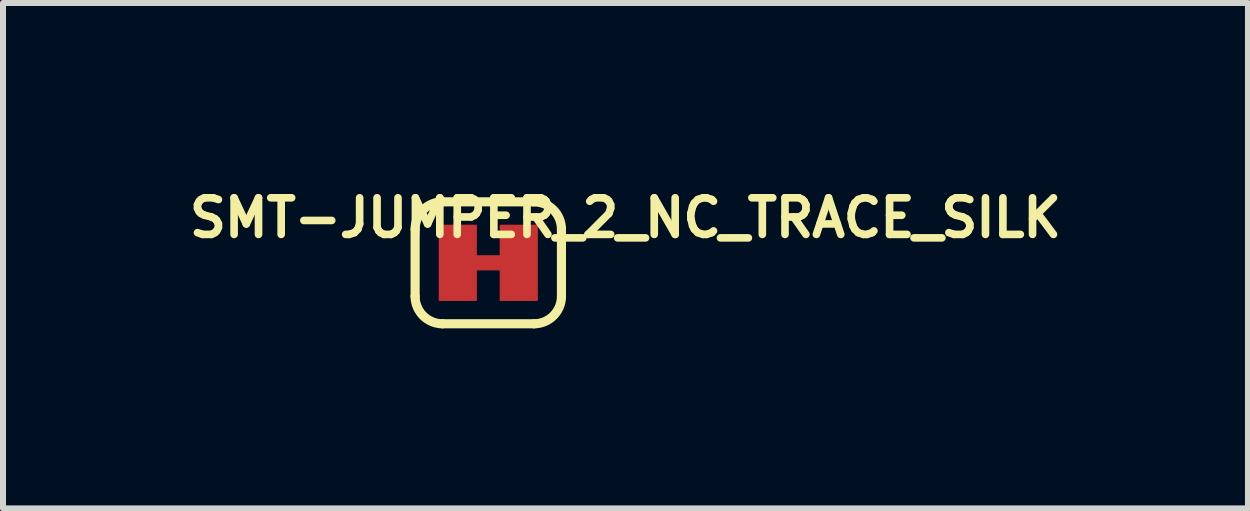
<source format=kicad_pcb>
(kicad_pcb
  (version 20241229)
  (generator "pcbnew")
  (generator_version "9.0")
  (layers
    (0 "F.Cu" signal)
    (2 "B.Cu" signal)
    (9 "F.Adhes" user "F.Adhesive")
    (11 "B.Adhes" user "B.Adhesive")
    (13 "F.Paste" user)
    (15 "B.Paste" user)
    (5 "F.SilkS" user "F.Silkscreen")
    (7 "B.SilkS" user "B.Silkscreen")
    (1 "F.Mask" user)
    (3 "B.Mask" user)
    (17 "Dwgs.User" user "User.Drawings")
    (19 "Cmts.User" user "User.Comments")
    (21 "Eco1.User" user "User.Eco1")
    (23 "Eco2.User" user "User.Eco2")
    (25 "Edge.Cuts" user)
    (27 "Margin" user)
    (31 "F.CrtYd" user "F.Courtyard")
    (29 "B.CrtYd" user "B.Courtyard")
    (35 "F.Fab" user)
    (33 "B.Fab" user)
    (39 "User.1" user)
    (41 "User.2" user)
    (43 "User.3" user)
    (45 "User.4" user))
  (footprint "SMT-JUMPER_2_NC_TRACE_SILK"
    (placed yes)
    (layer "F.Cu")
    (at 5.086 1.329)
    (property "Reference" "SMT-JUMPER_2_NC_TRACE_SILK" (at 2.286 -0.749 0) (layer "F.SilkS") (effects (font (size 0.61 0.61) (thickness 0.127))))
    (attr smd)
    (fp_line (start -0.508 0) (end 0.508 0) (stroke (width 0.254) (type solid)) (layer "F.Cu"))
    (fp_line (start -0.196 0) (end 0.191 0) (stroke (width 0.4) (type solid)) (layer "F.Mask"))
    (fp_line (start -1.219 0.559) (end -1.219 -0.559) (stroke (width 0.152) (type solid)) (layer "F.SilkS"))
    (fp_line (start -0.762 -1.016) (end 0.762 -1.016) (stroke (width 0.152) (type solid)) (layer "F.SilkS"))
    (fp_line (start 0.762 1.016) (end -0.762 1.016) (stroke (width 0.152) (type solid)) (layer "F.SilkS"))
    (fp_line (start 1.219 0.559) (end 1.219 -0.559) (stroke (width 0.152) (type solid)) (layer "F.SilkS"))
    (fp_arc (start -1.2192 -0.5588) (mid -1.085289 -0.882089) (end -0.762 -1.016) (stroke (width 0.1524) (type solid)) (layer "F.SilkS"))
    (fp_arc (start -0.762 1.016) (mid -1.085289 0.882089) (end -1.2192 0.5588) (stroke (width 0.1524) (type solid)) (layer "F.SilkS"))
    (fp_arc (start 0.762 -1.016) (mid 1.085289 -0.882089) (end 1.2192 -0.5588) (stroke (width 0.1524) (type solid)) (layer "F.SilkS"))
    (fp_arc (start 1.2192 0.5588) (mid 1.085289 0.882089) (end 0.762 1.016) (stroke (width 0.1524) (type solid)) (layer "F.SilkS"))
    (pad "1" smd rect (at -0.508 0) (size 0.635 1.27) (layers "F.Cu" "F.Mask"))
    (pad "2" smd rect (at 0.508 0) (size 0.635 1.27) (layers "F.Cu" "F.Mask")))
  (gr_rect
    (start -3 -3)
    (end 17.744 5.421)
    (stroke (width 0.1) (type default))
    (fill no)
    (layer "Edge.Cuts")))
</source>
